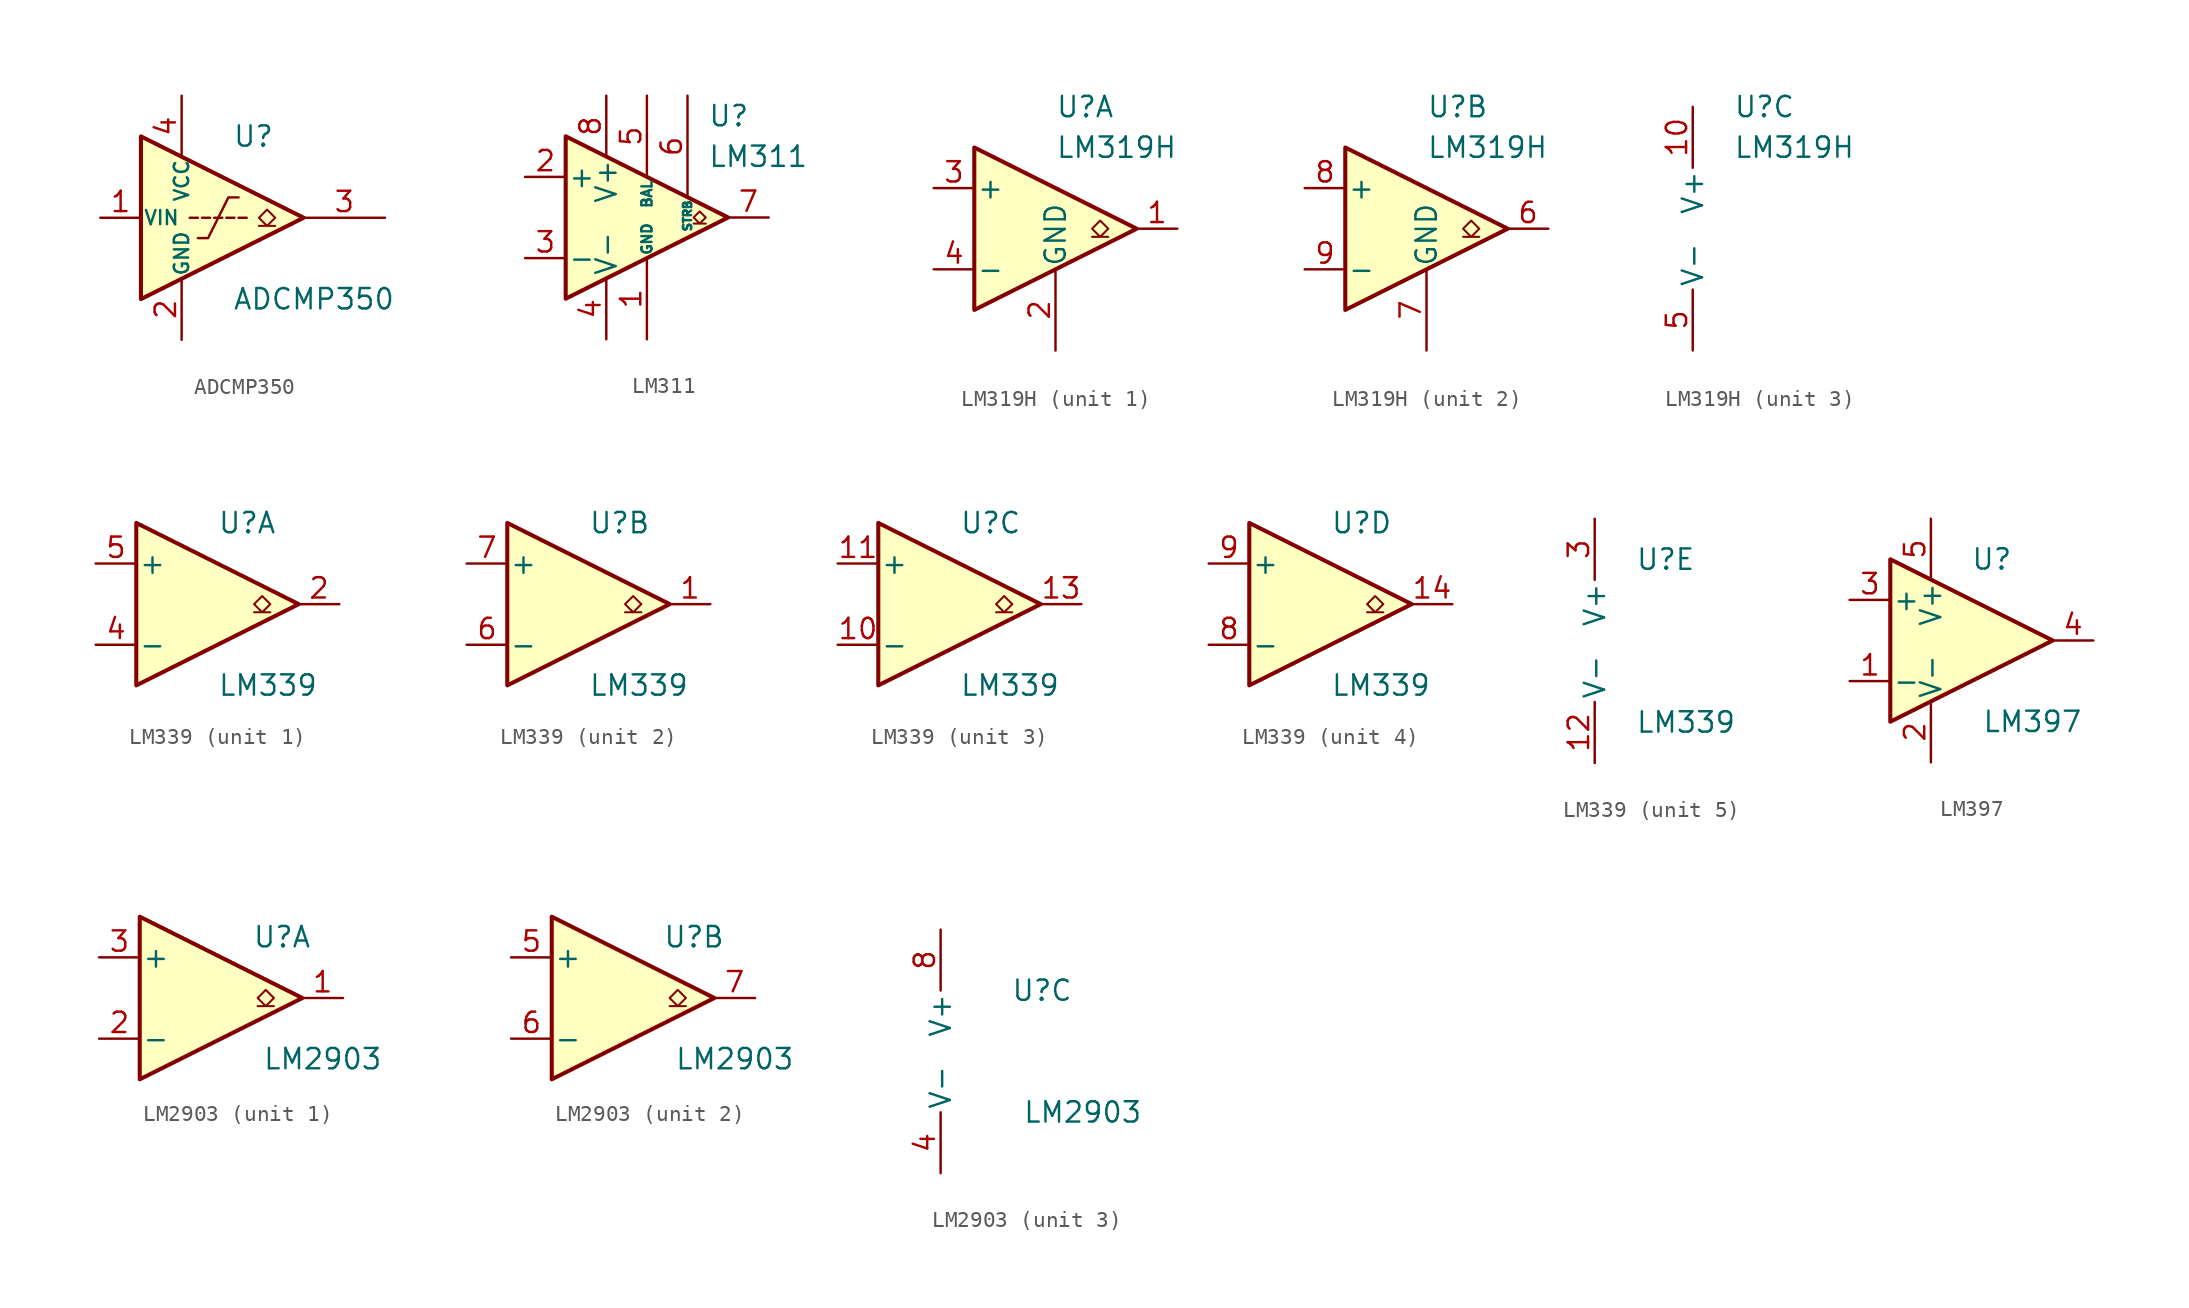
<source format=kicad_sym>
(kicad_symbol_lib
  (version 20211014)
  (generator kicad_symbol_editor)
  (symbol "ADCMP350"
    (pin_names
      (offset 0.127))
    (property "Reference" "U"
      (at 3.175 5.08 0)
      (effects (font (size 1.27 1.27)) (justify left)))
    (property "Value" "ADCMP350"
      (at 3.175 -5.08 0)
      (effects (font (size 1.27 1.27)) (justify left)))
    (symbol "ADCMP350_0_1"
      (polyline (pts (xy 1.016 0) (xy 0.508 0)) (stroke (width 0) (type default) (color 0 0 0 0)) (fill (type none)))
      (polyline (pts (xy 1.778 0) (xy 1.27 0)) (stroke (width 0) (type default) (color 0 0 0 0)) (fill (type none)))
      (polyline (pts (xy 2.032 0) (xy 2.54 0)) (stroke (width 0) (type default) (color 0 0 0 0)) (fill (type none)))
      (polyline (pts (xy 2.794 0) (xy 3.302 0)) (stroke (width 0) (type default) (color 0 0 0 0)) (fill (type none)))
      (polyline (pts (xy 3.556 0) (xy 4.064 0)) (stroke (width 0) (type default) (color 0 0 0 0)) (fill (type none)))
      (polyline (pts (xy -2.54 5.08) (xy 7.62 0) (xy -2.54 -5.08) (xy -2.54 5.08)) (stroke (width 0.254) (type default) (color 0 0 0 0)) (fill (type background)))
      (polyline (pts (xy 1.016 -1.27) (xy 1.651 -1.27) (xy 2.921 1.27) (xy 3.556 1.27)) (stroke (width 0) (type default) (color 0 0 0 0)) (fill (type none)))
      (polyline (pts (xy 4.826 -0.508) (xy 5.334 -0.508) (xy 4.826 0) (xy 5.334 0.508) (xy 5.842 0) (xy 5.334 -0.508) (xy 5.842 -0.508)) (stroke (width 0.127) (type default) (color 0 0 0 0)) (fill (type none))))
    (symbol "ADCMP350_1_1"
      (pin input line (at -5.08 0 0) (length 2.54) (name "VIN" (effects (font (size 0.889 0.889)))) (number "1" (effects (font (size 1.27 1.27)))))
      (pin power_in line (at 0 -7.62 90) (length 3.81) (name "GND" (effects (font (size 0.889 0.889)))) (number "2" (effects (font (size 1.27 1.27)))))
      (pin open_collector line (at 12.7 0 180) (length 5.08) (name "~" (effects (font (size 1.27 1.27)))) (number "3" (effects (font (size 1.27 1.27)))))
      (pin power_in line (at 0 7.62 270) (length 3.81) (name "VCC" (effects (font (size 0.889 0.889)))) (number "4" (effects (font (size 1.27 1.27)))))))
  (symbol "LM311"
    (pin_names
      (offset 0.127))
    (property "Reference" "U"
      (at 3.81 6.35 0)
      (effects (font (size 1.27 1.27)) (justify left)))
    (property "Value" "LM311"
      (at 3.81 3.81 0)
      (effects (font (size 1.27 1.27)) (justify left)))
    (symbol "LM311_0_1"
      (polyline (pts (xy 5.08 0) (xy -5.08 5.08) (xy -5.08 -5.08) (xy 5.08 0)) (stroke (width 0.254) (type default) (color 0 0 0 0)) (fill (type background)))
      (polyline (pts (xy 3.683 -0.381) (xy 3.302 -0.381) (xy 3.683 0) (xy 3.302 0.381) (xy 2.921 0) (xy 3.302 -0.381) (xy 2.921 -0.381)) (stroke (width 0.127) (type default) (color 0 0 0 0)) (fill (type none))))
    (symbol "LM311_1_1"
      (pin passive line (at 0 -7.62 90) (length 5.08) (name "GND" (effects (font (size 0.635 0.635)))) (number "1" (effects (font (size 1.27 1.27)))))
      (pin input line (at -7.62 2.54 0) (length 2.54) (name "+" (effects (font (size 1.27 1.27)))) (number "2" (effects (font (size 1.27 1.27)))))
      (pin input line (at -7.62 -2.54 0) (length 2.54) (name "-" (effects (font (size 1.27 1.27)))) (number "3" (effects (font (size 1.27 1.27)))))
      (pin power_in line (at -2.54 -7.62 90) (length 3.81) (name "V-" (effects (font (size 1.27 1.27)))) (number "4" (effects (font (size 1.27 1.27)))))
      (pin input line (at 0 7.62 270) (length 5.08) (name "BAL" (effects (font (size 0.635 0.635)))) (number "5" (effects (font (size 1.27 1.27)))))
      (pin input line (at 2.54 7.62 270) (length 6.35) (name "STRB" (effects (font (size 0.508 0.508)))) (number "6" (effects (font (size 1.27 1.27)))))
      (pin open_collector line (at 7.62 0 180) (length 2.54) (name "~" (effects (font (size 1.27 1.27)))) (number "7" (effects (font (size 1.27 1.27)))))
      (pin power_in line (at -2.54 7.62 270) (length 3.81) (name "V+" (effects (font (size 1.27 1.27)))) (number "8" (effects (font (size 1.27 1.27)))))))
  (symbol "LM319H"
    (pin_names
      (offset 0.127))
    (property "Reference" "U"
      (at 0 7.62 0)
      (effects (font (size 1.27 1.27)) (justify left)))
    (property "Value" "LM319H"
      (at 0 5.08 0)
      (effects (font (size 1.27 1.27)) (justify left)))
    (property "ki_locked" ""
      (at 0 0 0)
      (effects (font (size 1.27 1.27))))
    (symbol "LM319H_1_1"
      (polyline (pts (xy 5.08 0) (xy -5.08 5.08) (xy -5.08 -5.08) (xy 5.08 0)) (stroke (width 0.254) (type default) (color 0 0 0 0)) (fill (type background)))
      (polyline (pts (xy 3.302 -0.508) (xy 2.794 -0.508) (xy 3.302 0) (xy 2.794 0.508) (xy 2.286 0) (xy 2.794 -0.508) (xy 2.286 -0.508)) (stroke (width 0.127) (type default) (color 0 0 0 0)) (fill (type none)))
      (pin open_collector line (at 7.62 0 180) (length 2.54) (name "~" (effects (font (size 1.27 1.27)))) (number "1" (effects (font (size 1.27 1.27)))))
      (pin passive line (at 0 -7.62 90) (length 5.08) (name "GND" (effects (font (size 1.27 1.27)))) (number "2" (effects (font (size 1.27 1.27)))))
      (pin input line (at -7.62 2.54 0) (length 2.54) (name "+" (effects (font (size 1.27 1.27)))) (number "3" (effects (font (size 1.27 1.27)))))
      (pin input line (at -7.62 -2.54 0) (length 2.54) (name "-" (effects (font (size 1.27 1.27)))) (number "4" (effects (font (size 1.27 1.27))))))
    (symbol "LM319H_2_1"
      (polyline (pts (xy 5.08 0) (xy -5.08 5.08) (xy -5.08 -5.08) (xy 5.08 0)) (stroke (width 0.254) (type default) (color 0 0 0 0)) (fill (type background)))
      (polyline (pts (xy 3.302 -0.508) (xy 2.794 -0.508) (xy 3.302 0) (xy 2.794 0.508) (xy 2.286 0) (xy 2.794 -0.508) (xy 2.286 -0.508)) (stroke (width 0.127) (type default) (color 0 0 0 0)) (fill (type none)))
      (pin open_collector line (at 7.62 0 180) (length 2.54) (name "~" (effects (font (size 1.27 1.27)))) (number "6" (effects (font (size 1.27 1.27)))))
      (pin passive line (at 0 -7.62 90) (length 5.08) (name "GND" (effects (font (size 1.27 1.27)))) (number "7" (effects (font (size 1.27 1.27)))))
      (pin input line (at -7.62 2.54 0) (length 2.54) (name "+" (effects (font (size 1.27 1.27)))) (number "8" (effects (font (size 1.27 1.27)))))
      (pin input line (at -7.62 -2.54 0) (length 2.54) (name "-" (effects (font (size 1.27 1.27)))) (number "9" (effects (font (size 1.27 1.27))))))
    (symbol "LM319H_3_1"
      (pin power_in line (at -2.54 7.62 270) (length 3.81) (name "V+" (effects (font (size 1.27 1.27)))) (number "10" (effects (font (size 1.27 1.27)))))
      (pin power_in line (at -2.54 -7.62 90) (length 3.81) (name "V-" (effects (font (size 1.27 1.27)))) (number "5" (effects (font (size 1.27 1.27)))))))
  (symbol "LM339"
    (pin_names
      (offset 0.127))
    (property "Reference" "U"
      (at 0 5.08 0)
      (effects (font (size 1.27 1.27)) (justify left)))
    (property "Value" "LM339"
      (at 0 -5.08 0)
      (effects (font (size 1.27 1.27)) (justify left)))
    (property "ki_locked" ""
      (at 0 0 0)
      (effects (font (size 1.27 1.27))))
    (symbol "LM339_1_1"
      (polyline (pts (xy -5.08 5.08) (xy 5.08 0) (xy -5.08 -5.08) (xy -5.08 5.08)) (stroke (width 0.254) (type default) (color 0 0 0 0)) (fill (type background)))
      (polyline (pts (xy 3.302 -0.508) (xy 2.794 -0.508) (xy 3.302 0) (xy 2.794 0.508) (xy 2.286 0) (xy 2.794 -0.508) (xy 2.286 -0.508)) (stroke (width 0.127) (type default) (color 0 0 0 0)) (fill (type none)))
      (pin open_collector line (at 7.62 0 180) (length 2.54) (name "~" (effects (font (size 1.27 1.27)))) (number "2" (effects (font (size 1.27 1.27)))))
      (pin input line (at -7.62 -2.54 0) (length 2.54) (name "-" (effects (font (size 1.27 1.27)))) (number "4" (effects (font (size 1.27 1.27)))))
      (pin input line (at -7.62 2.54 0) (length 2.54) (name "+" (effects (font (size 1.27 1.27)))) (number "5" (effects (font (size 1.27 1.27))))))
    (symbol "LM339_2_1"
      (polyline (pts (xy -5.08 5.08) (xy 5.08 0) (xy -5.08 -5.08) (xy -5.08 5.08)) (stroke (width 0.254) (type default) (color 0 0 0 0)) (fill (type background)))
      (polyline (pts (xy 3.302 -0.508) (xy 2.794 -0.508) (xy 3.302 0) (xy 2.794 0.508) (xy 2.286 0) (xy 2.794 -0.508) (xy 2.286 -0.508)) (stroke (width 0.127) (type default) (color 0 0 0 0)) (fill (type none)))
      (pin open_collector line (at 7.62 0 180) (length 2.54) (name "~" (effects (font (size 1.27 1.27)))) (number "1" (effects (font (size 1.27 1.27)))))
      (pin input line (at -7.62 -2.54 0) (length 2.54) (name "-" (effects (font (size 1.27 1.27)))) (number "6" (effects (font (size 1.27 1.27)))))
      (pin input line (at -7.62 2.54 0) (length 2.54) (name "+" (effects (font (size 1.27 1.27)))) (number "7" (effects (font (size 1.27 1.27))))))
    (symbol "LM339_3_1"
      (polyline (pts (xy -5.08 5.08) (xy 5.08 0) (xy -5.08 -5.08) (xy -5.08 5.08)) (stroke (width 0.254) (type default) (color 0 0 0 0)) (fill (type background)))
      (polyline (pts (xy 3.302 -0.508) (xy 2.794 -0.508) (xy 3.302 0) (xy 2.794 0.508) (xy 2.286 0) (xy 2.794 -0.508) (xy 2.286 -0.508)) (stroke (width 0.127) (type default) (color 0 0 0 0)) (fill (type none)))
      (pin input line (at -7.62 -2.54 0) (length 2.54) (name "-" (effects (font (size 1.27 1.27)))) (number "10" (effects (font (size 1.27 1.27)))))
      (pin input line (at -7.62 2.54 0) (length 2.54) (name "+" (effects (font (size 1.27 1.27)))) (number "11" (effects (font (size 1.27 1.27)))))
      (pin open_collector line (at 7.62 0 180) (length 2.54) (name "~" (effects (font (size 1.27 1.27)))) (number "13" (effects (font (size 1.27 1.27))))))
    (symbol "LM339_4_1"
      (polyline (pts (xy -5.08 5.08) (xy 5.08 0) (xy -5.08 -5.08) (xy -5.08 5.08)) (stroke (width 0.254) (type default) (color 0 0 0 0)) (fill (type background)))
      (polyline (pts (xy 3.302 -0.508) (xy 2.794 -0.508) (xy 3.302 0) (xy 2.794 0.508) (xy 2.286 0) (xy 2.794 -0.508) (xy 2.286 -0.508)) (stroke (width 0.127) (type default) (color 0 0 0 0)) (fill (type none)))
      (pin open_collector line (at 7.62 0 180) (length 2.54) (name "~" (effects (font (size 1.27 1.27)))) (number "14" (effects (font (size 1.27 1.27)))))
      (pin input line (at -7.62 -2.54 0) (length 2.54) (name "-" (effects (font (size 1.27 1.27)))) (number "8" (effects (font (size 1.27 1.27)))))
      (pin input line (at -7.62 2.54 0) (length 2.54) (name "+" (effects (font (size 1.27 1.27)))) (number "9" (effects (font (size 1.27 1.27))))))
    (symbol "LM339_5_1"
      (pin power_in line (at -2.54 -7.62 90) (length 3.81) (name "V-" (effects (font (size 1.27 1.27)))) (number "12" (effects (font (size 1.27 1.27)))))
      (pin power_in line (at -2.54 7.62 270) (length 3.81) (name "V+" (effects (font (size 1.27 1.27)))) (number "3" (effects (font (size 1.27 1.27)))))))
  (symbol "LM397"
    (pin_names
      (offset 0.127))
    (property "Reference" "U"
      (at 1.27 5.08 0)
      (effects (font (size 1.27 1.27))))
    (property "Value" "LM397"
      (at 3.81 -5.08 0)
      (effects (font (size 1.27 1.27))))
    (symbol "LM397_0_1"
      (polyline (pts (xy -5.08 5.08) (xy 5.08 0) (xy -5.08 -5.08) (xy -5.08 5.08)) (stroke (width 0.254) (type default) (color 0 0 0 0)) (fill (type background))))
    (symbol "LM397_1_1"
      (pin input line (at -7.62 -2.54 0) (length 2.54) (name "-" (effects (font (size 1.27 1.27)))) (number "1" (effects (font (size 1.27 1.27)))))
      (pin power_in line (at -2.54 -7.62 90) (length 3.81) (name "V-" (effects (font (size 1.27 1.27)))) (number "2" (effects (font (size 1.27 1.27)))))
      (pin input line (at -7.62 2.54 0) (length 2.54) (name "+" (effects (font (size 1.27 1.27)))) (number "3" (effects (font (size 1.27 1.27)))))
      (pin open_collector line (at 7.62 0 180) (length 2.54) (name "~" (effects (font (size 1.27 1.27)))) (number "4" (effects (font (size 1.27 1.27)))))
      (pin power_in line (at -2.54 7.62 270) (length 3.81) (name "V+" (effects (font (size 1.27 1.27)))) (number "5" (effects (font (size 1.27 1.27)))))))
  (symbol "LM2903"
    (pin_names
      (offset 0.127))
    (property "Reference" "U"
      (at 3.81 3.81 0)
      (effects (font (size 1.27 1.27))))
    (property "Value" "LM2903"
      (at 6.35 -3.81 0)
      (effects (font (size 1.27 1.27))))
    (property "ki_locked" ""
      (at 0 0 0)
      (effects (font (size 1.27 1.27))))
    (symbol "LM2903_1_1"
      (polyline (pts (xy -5.08 5.08) (xy 5.08 0) (xy -5.08 -5.08) (xy -5.08 5.08)) (stroke (width 0.254) (type default) (color 0 0 0 0)) (fill (type background)))
      (polyline (pts (xy 3.302 -0.508) (xy 2.794 -0.508) (xy 3.302 0) (xy 2.794 0.508) (xy 2.286 0) (xy 2.794 -0.508) (xy 2.286 -0.508)) (stroke (width 0.127) (type default) (color 0 0 0 0)) (fill (type none)))
      (pin open_collector line (at 7.62 0 180) (length 2.54) (name "~" (effects (font (size 1.27 1.27)))) (number "1" (effects (font (size 1.27 1.27)))))
      (pin input line (at -7.62 -2.54 0) (length 2.54) (name "-" (effects (font (size 1.27 1.27)))) (number "2" (effects (font (size 1.27 1.27)))))
      (pin input line (at -7.62 2.54 0) (length 2.54) (name "+" (effects (font (size 1.27 1.27)))) (number "3" (effects (font (size 1.27 1.27))))))
    (symbol "LM2903_2_1"
      (polyline (pts (xy -5.08 5.08) (xy 5.08 0) (xy -5.08 -5.08) (xy -5.08 5.08)) (stroke (width 0.254) (type default) (color 0 0 0 0)) (fill (type background)))
      (polyline (pts (xy 3.302 -0.508) (xy 2.794 -0.508) (xy 3.302 0) (xy 2.794 0.508) (xy 2.286 0) (xy 2.794 -0.508) (xy 2.286 -0.508)) (stroke (width 0.127) (type default) (color 0 0 0 0)) (fill (type none)))
      (pin input line (at -7.62 2.54 0) (length 2.54) (name "+" (effects (font (size 1.27 1.27)))) (number "5" (effects (font (size 1.27 1.27)))))
      (pin input line (at -7.62 -2.54 0) (length 2.54) (name "-" (effects (font (size 1.27 1.27)))) (number "6" (effects (font (size 1.27 1.27)))))
      (pin open_collector line (at 7.62 0 180) (length 2.54) (name "~" (effects (font (size 1.27 1.27)))) (number "7" (effects (font (size 1.27 1.27))))))
    (symbol "LM2903_3_1"
      (pin power_in line (at -2.54 -7.62 90) (length 3.81) (name "V-" (effects (font (size 1.27 1.27)))) (number "4" (effects (font (size 1.27 1.27)))))
      (pin power_in line (at -2.54 7.62 270) (length 3.81) (name "V+" (effects (font (size 1.27 1.27)))) (number "8" (effects (font (size 1.27 1.27))))))))
</source>
